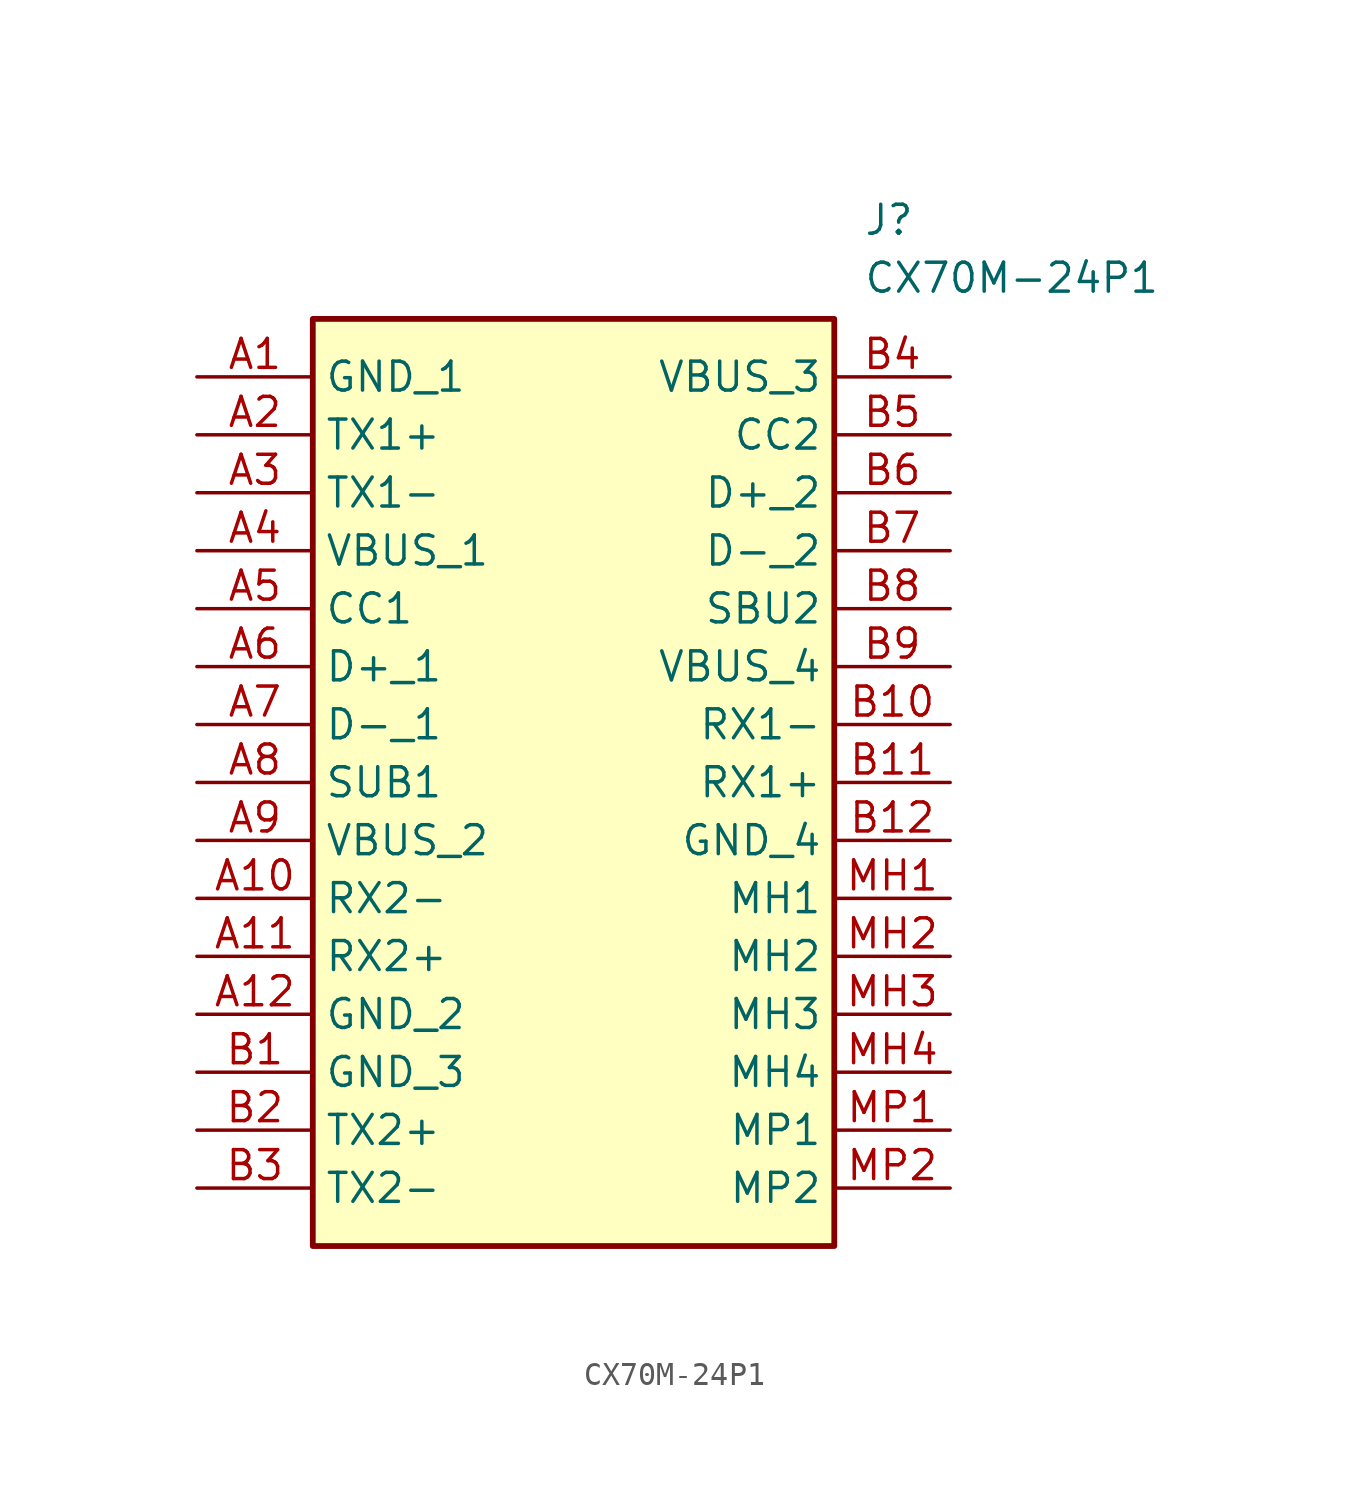
<source format=kicad_sym>
(kicad_symbol_lib
  (version 20211014)
  (generator SamacSys_ECAD_Model)
  (symbol "CX70M-24P1"
    (property "Reference" "J"
      (at 29.21 7.62 0)
      (effects (font (size 1.27 1.27)) (justify left top)))
    (property "Value" "CX70M-24P1"
      (at 29.21 5.08 0)
      (effects (font (size 1.27 1.27)) (justify left top)))
    (rectangle
      (start 5.08 2.54)
      (end 27.94 -38.1)
      (stroke (width 0.254) (type default))
      (fill (type background)))
    (pin passive line
      (at 0 0 0)
      (length 5.08)
      (name "GND_1" (effects (font (size 1.27 1.27))))
      (number "A1" (effects (font (size 1.27 1.27)))))
    (pin passive line
      (at 0 -2.54 0)
      (length 5.08)
      (name "TX1+" (effects (font (size 1.27 1.27))))
      (number "A2" (effects (font (size 1.27 1.27)))))
    (pin passive line
      (at 0 -5.08 0)
      (length 5.08)
      (name "TX1-" (effects (font (size 1.27 1.27))))
      (number "A3" (effects (font (size 1.27 1.27)))))
    (pin passive line
      (at 0 -7.62 0)
      (length 5.08)
      (name "VBUS_1" (effects (font (size 1.27 1.27))))
      (number "A4" (effects (font (size 1.27 1.27)))))
    (pin passive line
      (at 0 -10.16 0)
      (length 5.08)
      (name "CC1" (effects (font (size 1.27 1.27))))
      (number "A5" (effects (font (size 1.27 1.27)))))
    (pin passive line
      (at 0 -12.7 0)
      (length 5.08)
      (name "D+_1" (effects (font (size 1.27 1.27))))
      (number "A6" (effects (font (size 1.27 1.27)))))
    (pin passive line
      (at 0 -15.24 0)
      (length 5.08)
      (name "D-_1" (effects (font (size 1.27 1.27))))
      (number "A7" (effects (font (size 1.27 1.27)))))
    (pin passive line
      (at 0 -17.78 0)
      (length 5.08)
      (name "SUB1" (effects (font (size 1.27 1.27))))
      (number "A8" (effects (font (size 1.27 1.27)))))
    (pin passive line
      (at 0 -20.32 0)
      (length 5.08)
      (name "VBUS_2" (effects (font (size 1.27 1.27))))
      (number "A9" (effects (font (size 1.27 1.27)))))
    (pin passive line
      (at 0 -22.86 0)
      (length 5.08)
      (name "RX2-" (effects (font (size 1.27 1.27))))
      (number "A10" (effects (font (size 1.27 1.27)))))
    (pin passive line
      (at 0 -25.4 0)
      (length 5.08)
      (name "RX2+" (effects (font (size 1.27 1.27))))
      (number "A11" (effects (font (size 1.27 1.27)))))
    (pin passive line
      (at 0 -27.94 0)
      (length 5.08)
      (name "GND_2" (effects (font (size 1.27 1.27))))
      (number "A12" (effects (font (size 1.27 1.27)))))
    (pin passive line
      (at 0 -30.48 0)
      (length 5.08)
      (name "GND_3" (effects (font (size 1.27 1.27))))
      (number "B1" (effects (font (size 1.27 1.27)))))
    (pin passive line
      (at 0 -33.02 0)
      (length 5.08)
      (name "TX2+" (effects (font (size 1.27 1.27))))
      (number "B2" (effects (font (size 1.27 1.27)))))
    (pin passive line
      (at 0 -35.56 0)
      (length 5.08)
      (name "TX2-" (effects (font (size 1.27 1.27))))
      (number "B3" (effects (font (size 1.27 1.27)))))
    (pin passive line
      (at 33.02 0 180)
      (length 5.08)
      (name "VBUS_3" (effects (font (size 1.27 1.27))))
      (number "B4" (effects (font (size 1.27 1.27)))))
    (pin passive line
      (at 33.02 -2.54 180)
      (length 5.08)
      (name "CC2" (effects (font (size 1.27 1.27))))
      (number "B5" (effects (font (size 1.27 1.27)))))
    (pin passive line
      (at 33.02 -5.08 180)
      (length 5.08)
      (name "D+_2" (effects (font (size 1.27 1.27))))
      (number "B6" (effects (font (size 1.27 1.27)))))
    (pin passive line
      (at 33.02 -7.62 180)
      (length 5.08)
      (name "D-_2" (effects (font (size 1.27 1.27))))
      (number "B7" (effects (font (size 1.27 1.27)))))
    (pin passive line
      (at 33.02 -10.16 180)
      (length 5.08)
      (name "SBU2" (effects (font (size 1.27 1.27))))
      (number "B8" (effects (font (size 1.27 1.27)))))
    (pin passive line
      (at 33.02 -12.7 180)
      (length 5.08)
      (name "VBUS_4" (effects (font (size 1.27 1.27))))
      (number "B9" (effects (font (size 1.27 1.27)))))
    (pin passive line
      (at 33.02 -15.24 180)
      (length 5.08)
      (name "RX1-" (effects (font (size 1.27 1.27))))
      (number "B10" (effects (font (size 1.27 1.27)))))
    (pin passive line
      (at 33.02 -17.78 180)
      (length 5.08)
      (name "RX1+" (effects (font (size 1.27 1.27))))
      (number "B11" (effects (font (size 1.27 1.27)))))
    (pin passive line
      (at 33.02 -20.32 180)
      (length 5.08)
      (name "GND_4" (effects (font (size 1.27 1.27))))
      (number "B12" (effects (font (size 1.27 1.27)))))
    (pin passive line
      (at 33.02 -22.86 180)
      (length 5.08)
      (name "MH1" (effects (font (size 1.27 1.27))))
      (number "MH1" (effects (font (size 1.27 1.27)))))
    (pin passive line
      (at 33.02 -25.4 180)
      (length 5.08)
      (name "MH2" (effects (font (size 1.27 1.27))))
      (number "MH2" (effects (font (size 1.27 1.27)))))
    (pin passive line
      (at 33.02 -27.94 180)
      (length 5.08)
      (name "MH3" (effects (font (size 1.27 1.27))))
      (number "MH3" (effects (font (size 1.27 1.27)))))
    (pin passive line
      (at 33.02 -30.48 180)
      (length 5.08)
      (name "MH4" (effects (font (size 1.27 1.27))))
      (number "MH4" (effects (font (size 1.27 1.27)))))
    (pin passive line
      (at 33.02 -33.02 180)
      (length 5.08)
      (name "MP1" (effects (font (size 1.27 1.27))))
      (number "MP1" (effects (font (size 1.27 1.27)))))
    (pin passive line
      (at 33.02 -35.56 180)
      (length 5.08)
      (name "MP2" (effects (font (size 1.27 1.27))))
      (number "MP2" (effects (font (size 1.27 1.27)))))))
</source>
